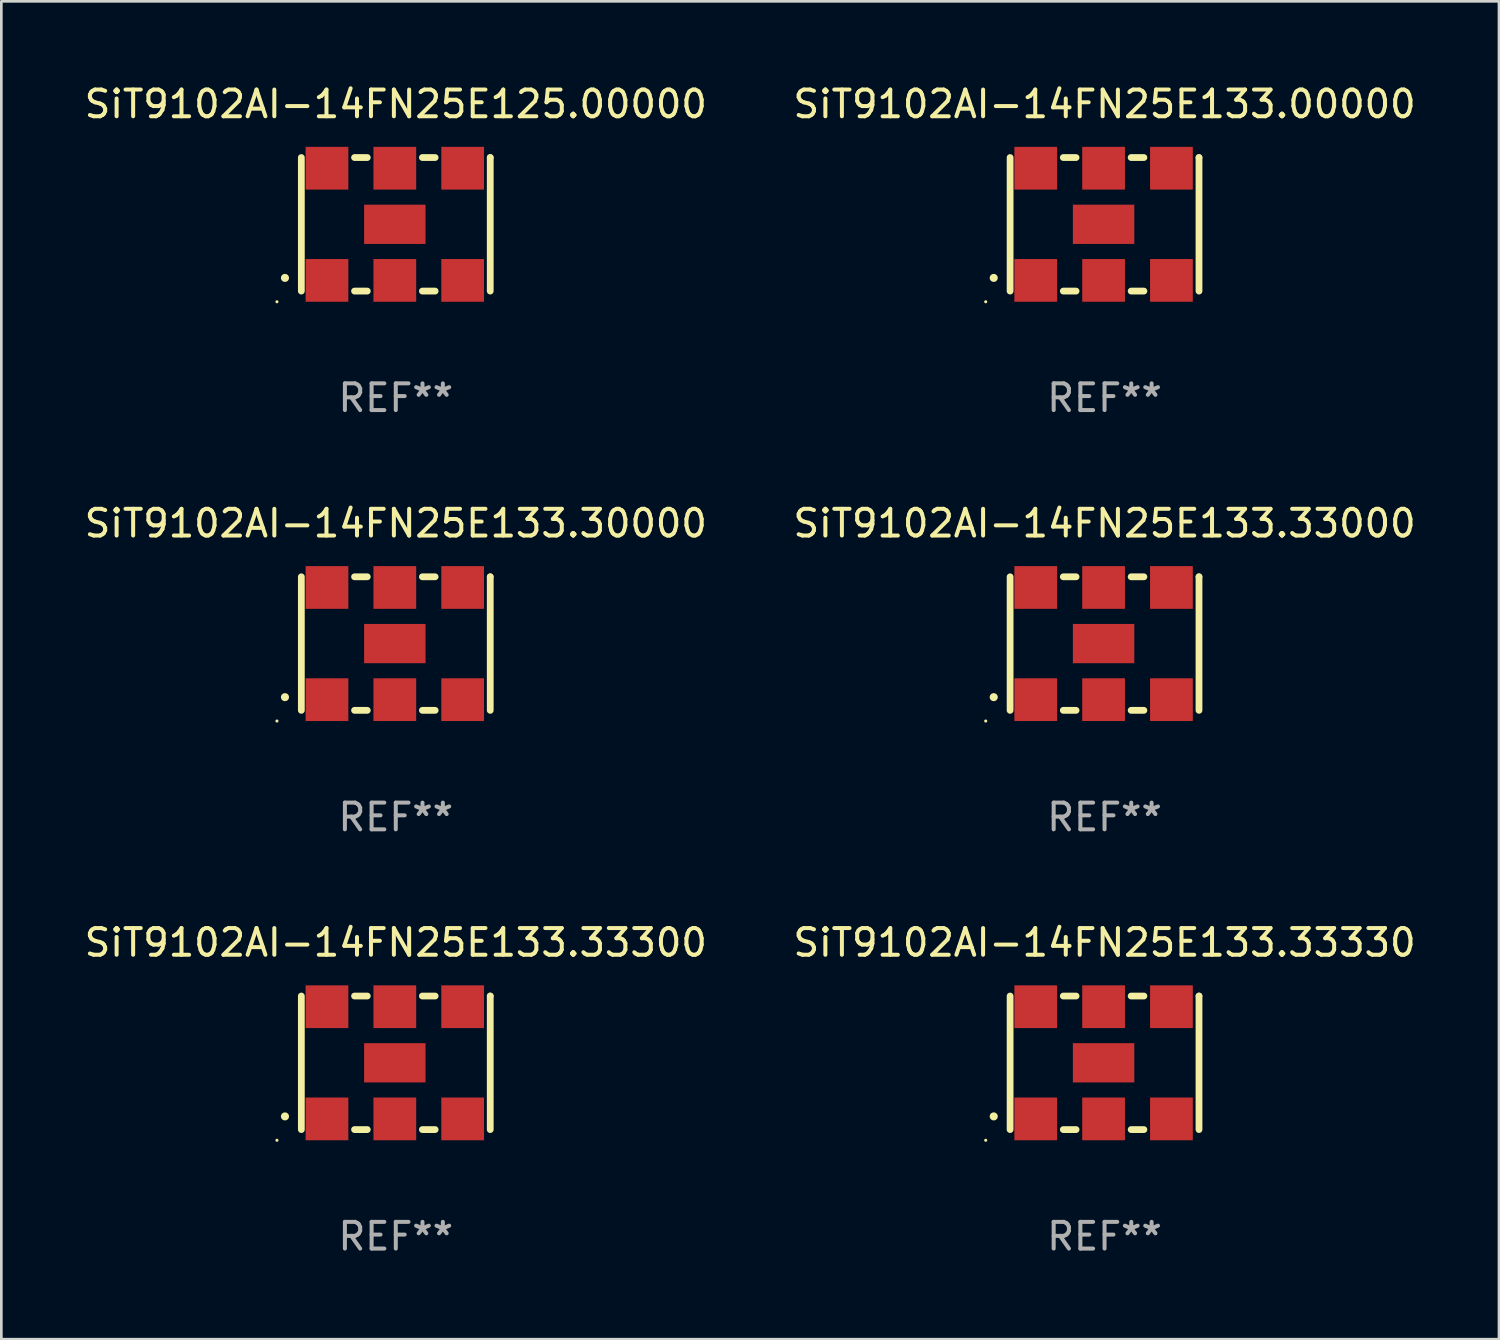
<source format=kicad_pcb>
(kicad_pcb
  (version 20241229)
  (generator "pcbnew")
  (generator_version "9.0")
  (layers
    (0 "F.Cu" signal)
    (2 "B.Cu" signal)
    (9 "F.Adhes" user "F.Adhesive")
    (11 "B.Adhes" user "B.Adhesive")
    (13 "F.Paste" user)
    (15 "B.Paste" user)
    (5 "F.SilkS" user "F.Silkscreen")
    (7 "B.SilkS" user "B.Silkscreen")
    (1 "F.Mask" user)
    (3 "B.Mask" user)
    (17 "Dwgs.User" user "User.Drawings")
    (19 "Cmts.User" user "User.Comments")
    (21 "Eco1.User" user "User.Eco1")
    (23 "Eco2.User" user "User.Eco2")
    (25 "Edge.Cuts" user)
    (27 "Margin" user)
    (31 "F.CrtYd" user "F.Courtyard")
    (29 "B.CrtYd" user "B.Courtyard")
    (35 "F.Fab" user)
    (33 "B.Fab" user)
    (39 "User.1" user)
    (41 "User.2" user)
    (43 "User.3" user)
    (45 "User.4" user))
  (footprint "SiT9102AI-14FN25E133.33300"
    (layer "F.Cu")
    (at 11.768 36.741)
    (property "Reference" "SiT9102AI-14FN25E133.33300" (at 0 -4.5 0) (layer "F.SilkS") (effects (font (size 1 1) (thickness 0.15))))
    (attr through_hole)
    (fp_line (start -3.536 -2.5) (end -3.536 2.5) (stroke (width 0.254) (type solid)) (layer "F.SilkS"))
    (fp_line (start -1.544 2.5) (end -1.067 2.5) (stroke (width 0.254) (type solid)) (layer "F.SilkS"))
    (fp_line (start -1.067 -2.5) (end -1.544 -2.5) (stroke (width 0.254) (type solid)) (layer "F.SilkS"))
    (fp_line (start 0.996 2.5) (end 1.473 2.5) (stroke (width 0.254) (type solid)) (layer "F.SilkS"))
    (fp_line (start 1.473 -2.5) (end 0.996 -2.5) (stroke (width 0.254) (type solid)) (layer "F.SilkS"))
    (fp_line (start 3.536 -2.5) (end 3.536 -2.5) (stroke (width 0.254) (type solid)) (layer "F.SilkS"))
    (fp_line (start 3.536 2.5) (end 3.536 -2.5) (stroke (width 0.254) (type solid)) (layer "F.SilkS"))
    (fp_arc (start -4.150432 2.006604) (mid -4.149162 2.006599) (end -4.147892 2.006604) (stroke (width 0.3) (type solid)) (layer "F.SilkS"))
    (fp_circle (center -4.449 2.9) (end -4.419 2.9) (stroke (width 0.06) (type solid)) (fill no) (layer "F.SilkS"))
    (fp_text user "REF**" (at 0 6.5 0) (layer "F.Fab") (effects (font (size 1 1) (thickness 0.15))))
    (pad "1" smd rect (at -2.576 2.1) (size 1.6 1.6) (layers "F.Cu" "F.Mask" "F.Paste"))
    (pad "2" smd rect (at -0.036 2.1) (size 1.6 1.6) (layers "F.Cu" "F.Mask" "F.Paste"))
    (pad "3" smd rect (at 2.504 2.1) (size 1.6 1.6) (layers "F.Cu" "F.Mask" "F.Paste"))
    (pad "4" smd rect (at 2.504 -2.1) (size 1.6 1.6) (layers "F.Cu" "F.Mask" "F.Paste"))
    (pad "5" smd rect (at -0.036 -2.1) (size 1.6 1.6) (layers "F.Cu" "F.Mask" "F.Paste"))
    (pad "6" smd rect (at -2.576 -2.1) (size 1.6 1.6) (layers "F.Cu" "F.Mask" "F.Paste"))
    (pad "7" smd rect (at -0.036 0) (size 2.3 1.47) (layers "F.Cu" "F.Mask" "F.Paste")))
  (footprint "SiT9102AI-14FN25E125.00000"
    (layer "F.Cu")
    (at 11.768 5.348)
    (property "Reference" "SiT9102AI-14FN25E125.00000" (at 0 -4.5 0) (layer "F.SilkS") (effects (font (size 1 1) (thickness 0.15))))
    (attr through_hole)
    (fp_line (start -3.536 -2.5) (end -3.536 2.5) (stroke (width 0.254) (type solid)) (layer "F.SilkS"))
    (fp_line (start -1.544 2.5) (end -1.067 2.5) (stroke (width 0.254) (type solid)) (layer "F.SilkS"))
    (fp_line (start -1.067 -2.5) (end -1.544 -2.5) (stroke (width 0.254) (type solid)) (layer "F.SilkS"))
    (fp_line (start 0.996 2.5) (end 1.473 2.5) (stroke (width 0.254) (type solid)) (layer "F.SilkS"))
    (fp_line (start 1.473 -2.5) (end 0.996 -2.5) (stroke (width 0.254) (type solid)) (layer "F.SilkS"))
    (fp_line (start 3.536 -2.5) (end 3.536 -2.5) (stroke (width 0.254) (type solid)) (layer "F.SilkS"))
    (fp_line (start 3.536 2.5) (end 3.536 -2.5) (stroke (width 0.254) (type solid)) (layer "F.SilkS"))
    (fp_arc (start -4.150432 2.006604) (mid -4.149162 2.006599) (end -4.147892 2.006604) (stroke (width 0.3) (type solid)) (layer "F.SilkS"))
    (fp_circle (center -4.449 2.9) (end -4.419 2.9) (stroke (width 0.06) (type solid)) (fill no) (layer "F.SilkS"))
    (fp_text user "REF**" (at 0 6.5 0) (layer "F.Fab") (effects (font (size 1 1) (thickness 0.15))))
    (pad "1" smd rect (at -2.576 2.1) (size 1.6 1.6) (layers "F.Cu" "F.Mask" "F.Paste"))
    (pad "2" smd rect (at -0.036 2.1) (size 1.6 1.6) (layers "F.Cu" "F.Mask" "F.Paste"))
    (pad "3" smd rect (at 2.504 2.1) (size 1.6 1.6) (layers "F.Cu" "F.Mask" "F.Paste"))
    (pad "4" smd rect (at 2.504 -2.1) (size 1.6 1.6) (layers "F.Cu" "F.Mask" "F.Paste"))
    (pad "5" smd rect (at -0.036 -2.1) (size 1.6 1.6) (layers "F.Cu" "F.Mask" "F.Paste"))
    (pad "6" smd rect (at -2.576 -2.1) (size 1.6 1.6) (layers "F.Cu" "F.Mask" "F.Paste"))
    (pad "7" smd rect (at -0.036 0) (size 2.3 1.47) (layers "F.Cu" "F.Mask" "F.Paste")))
  (footprint "SiT9102AI-14FN25E133.33330"
    (layer "F.Cu")
    (at 38.304 36.741)
    (property "Reference" "SiT9102AI-14FN25E133.33330" (at 0 -4.5 0) (layer "F.SilkS") (effects (font (size 1 1) (thickness 0.15))))
    (attr through_hole)
    (fp_line (start -3.536 -2.5) (end -3.536 2.5) (stroke (width 0.254) (type solid)) (layer "F.SilkS"))
    (fp_line (start -1.544 2.5) (end -1.067 2.5) (stroke (width 0.254) (type solid)) (layer "F.SilkS"))
    (fp_line (start -1.067 -2.5) (end -1.544 -2.5) (stroke (width 0.254) (type solid)) (layer "F.SilkS"))
    (fp_line (start 0.996 2.5) (end 1.473 2.5) (stroke (width 0.254) (type solid)) (layer "F.SilkS"))
    (fp_line (start 1.473 -2.5) (end 0.996 -2.5) (stroke (width 0.254) (type solid)) (layer "F.SilkS"))
    (fp_line (start 3.536 -2.5) (end 3.536 -2.5) (stroke (width 0.254) (type solid)) (layer "F.SilkS"))
    (fp_line (start 3.536 2.5) (end 3.536 -2.5) (stroke (width 0.254) (type solid)) (layer "F.SilkS"))
    (fp_arc (start -4.150432 2.006604) (mid -4.149162 2.006599) (end -4.147892 2.006604) (stroke (width 0.3) (type solid)) (layer "F.SilkS"))
    (fp_circle (center -4.449 2.9) (end -4.419 2.9) (stroke (width 0.06) (type solid)) (fill no) (layer "F.SilkS"))
    (fp_text user "REF**" (at 0 6.5 0) (layer "F.Fab") (effects (font (size 1 1) (thickness 0.15))))
    (pad "1" smd rect (at -2.576 2.1) (size 1.6 1.6) (layers "F.Cu" "F.Mask" "F.Paste"))
    (pad "2" smd rect (at -0.036 2.1) (size 1.6 1.6) (layers "F.Cu" "F.Mask" "F.Paste"))
    (pad "3" smd rect (at 2.504 2.1) (size 1.6 1.6) (layers "F.Cu" "F.Mask" "F.Paste"))
    (pad "4" smd rect (at 2.504 -2.1) (size 1.6 1.6) (layers "F.Cu" "F.Mask" "F.Paste"))
    (pad "5" smd rect (at -0.036 -2.1) (size 1.6 1.6) (layers "F.Cu" "F.Mask" "F.Paste"))
    (pad "6" smd rect (at -2.576 -2.1) (size 1.6 1.6) (layers "F.Cu" "F.Mask" "F.Paste"))
    (pad "7" smd rect (at -0.036 0) (size 2.3 1.47) (layers "F.Cu" "F.Mask" "F.Paste")))
  (footprint "SiT9102AI-14FN25E133.00000"
    (layer "F.Cu")
    (at 38.304 5.348)
    (property "Reference" "SiT9102AI-14FN25E133.00000" (at 0 -4.5 0) (layer "F.SilkS") (effects (font (size 1 1) (thickness 0.15))))
    (attr through_hole)
    (fp_line (start -3.536 -2.5) (end -3.536 2.5) (stroke (width 0.254) (type solid)) (layer "F.SilkS"))
    (fp_line (start -1.544 2.5) (end -1.067 2.5) (stroke (width 0.254) (type solid)) (layer "F.SilkS"))
    (fp_line (start -1.067 -2.5) (end -1.544 -2.5) (stroke (width 0.254) (type solid)) (layer "F.SilkS"))
    (fp_line (start 0.996 2.5) (end 1.473 2.5) (stroke (width 0.254) (type solid)) (layer "F.SilkS"))
    (fp_line (start 1.473 -2.5) (end 0.996 -2.5) (stroke (width 0.254) (type solid)) (layer "F.SilkS"))
    (fp_line (start 3.536 -2.5) (end 3.536 -2.5) (stroke (width 0.254) (type solid)) (layer "F.SilkS"))
    (fp_line (start 3.536 2.5) (end 3.536 -2.5) (stroke (width 0.254) (type solid)) (layer "F.SilkS"))
    (fp_arc (start -4.150432 2.006604) (mid -4.149162 2.006599) (end -4.147892 2.006604) (stroke (width 0.3) (type solid)) (layer "F.SilkS"))
    (fp_circle (center -4.449 2.9) (end -4.419 2.9) (stroke (width 0.06) (type solid)) (fill no) (layer "F.SilkS"))
    (fp_text user "REF**" (at 0 6.5 0) (layer "F.Fab") (effects (font (size 1 1) (thickness 0.15))))
    (pad "1" smd rect (at -2.576 2.1) (size 1.6 1.6) (layers "F.Cu" "F.Mask" "F.Paste"))
    (pad "2" smd rect (at -0.036 2.1) (size 1.6 1.6) (layers "F.Cu" "F.Mask" "F.Paste"))
    (pad "3" smd rect (at 2.504 2.1) (size 1.6 1.6) (layers "F.Cu" "F.Mask" "F.Paste"))
    (pad "4" smd rect (at 2.504 -2.1) (size 1.6 1.6) (layers "F.Cu" "F.Mask" "F.Paste"))
    (pad "5" smd rect (at -0.036 -2.1) (size 1.6 1.6) (layers "F.Cu" "F.Mask" "F.Paste"))
    (pad "6" smd rect (at -2.576 -2.1) (size 1.6 1.6) (layers "F.Cu" "F.Mask" "F.Paste"))
    (pad "7" smd rect (at -0.036 0) (size 2.3 1.47) (layers "F.Cu" "F.Mask" "F.Paste")))
  (footprint "SiT9102AI-14FN25E133.33000"
    (layer "F.Cu")
    (at 38.304 21.045)
    (property "Reference" "SiT9102AI-14FN25E133.33000" (at 0 -4.5 0) (layer "F.SilkS") (effects (font (size 1 1) (thickness 0.15))))
    (attr through_hole)
    (fp_line (start -3.536 -2.5) (end -3.536 2.5) (stroke (width 0.254) (type solid)) (layer "F.SilkS"))
    (fp_line (start -1.544 2.5) (end -1.067 2.5) (stroke (width 0.254) (type solid)) (layer "F.SilkS"))
    (fp_line (start -1.067 -2.5) (end -1.544 -2.5) (stroke (width 0.254) (type solid)) (layer "F.SilkS"))
    (fp_line (start 0.996 2.5) (end 1.473 2.5) (stroke (width 0.254) (type solid)) (layer "F.SilkS"))
    (fp_line (start 1.473 -2.5) (end 0.996 -2.5) (stroke (width 0.254) (type solid)) (layer "F.SilkS"))
    (fp_line (start 3.536 -2.5) (end 3.536 -2.5) (stroke (width 0.254) (type solid)) (layer "F.SilkS"))
    (fp_line (start 3.536 2.5) (end 3.536 -2.5) (stroke (width 0.254) (type solid)) (layer "F.SilkS"))
    (fp_arc (start -4.150432 2.006604) (mid -4.149162 2.006599) (end -4.147892 2.006604) (stroke (width 0.3) (type solid)) (layer "F.SilkS"))
    (fp_circle (center -4.449 2.9) (end -4.419 2.9) (stroke (width 0.06) (type solid)) (fill no) (layer "F.SilkS"))
    (fp_text user "REF**" (at 0 6.5 0) (layer "F.Fab") (effects (font (size 1 1) (thickness 0.15))))
    (pad "1" smd rect (at -2.576 2.1) (size 1.6 1.6) (layers "F.Cu" "F.Mask" "F.Paste"))
    (pad "2" smd rect (at -0.036 2.1) (size 1.6 1.6) (layers "F.Cu" "F.Mask" "F.Paste"))
    (pad "3" smd rect (at 2.504 2.1) (size 1.6 1.6) (layers "F.Cu" "F.Mask" "F.Paste"))
    (pad "4" smd rect (at 2.504 -2.1) (size 1.6 1.6) (layers "F.Cu" "F.Mask" "F.Paste"))
    (pad "5" smd rect (at -0.036 -2.1) (size 1.6 1.6) (layers "F.Cu" "F.Mask" "F.Paste"))
    (pad "6" smd rect (at -2.576 -2.1) (size 1.6 1.6) (layers "F.Cu" "F.Mask" "F.Paste"))
    (pad "7" smd rect (at -0.036 0) (size 2.3 1.47) (layers "F.Cu" "F.Mask" "F.Paste")))
  (footprint "SiT9102AI-14FN25E133.30000"
    (layer "F.Cu")
    (at 11.768 21.045)
    (property "Reference" "SiT9102AI-14FN25E133.30000" (at 0 -4.5 0) (layer "F.SilkS") (effects (font (size 1 1) (thickness 0.15))))
    (attr through_hole)
    (fp_line (start -3.536 -2.5) (end -3.536 2.5) (stroke (width 0.254) (type solid)) (layer "F.SilkS"))
    (fp_line (start -1.544 2.5) (end -1.067 2.5) (stroke (width 0.254) (type solid)) (layer "F.SilkS"))
    (fp_line (start -1.067 -2.5) (end -1.544 -2.5) (stroke (width 0.254) (type solid)) (layer "F.SilkS"))
    (fp_line (start 0.996 2.5) (end 1.473 2.5) (stroke (width 0.254) (type solid)) (layer "F.SilkS"))
    (fp_line (start 1.473 -2.5) (end 0.996 -2.5) (stroke (width 0.254) (type solid)) (layer "F.SilkS"))
    (fp_line (start 3.536 -2.5) (end 3.536 -2.5) (stroke (width 0.254) (type solid)) (layer "F.SilkS"))
    (fp_line (start 3.536 2.5) (end 3.536 -2.5) (stroke (width 0.254) (type solid)) (layer "F.SilkS"))
    (fp_arc (start -4.150432 2.006604) (mid -4.149162 2.006599) (end -4.147892 2.006604) (stroke (width 0.3) (type solid)) (layer "F.SilkS"))
    (fp_circle (center -4.449 2.9) (end -4.419 2.9) (stroke (width 0.06) (type solid)) (fill no) (layer "F.SilkS"))
    (fp_text user "REF**" (at 0 6.5 0) (layer "F.Fab") (effects (font (size 1 1) (thickness 0.15))))
    (pad "1" smd rect (at -2.576 2.1) (size 1.6 1.6) (layers "F.Cu" "F.Mask" "F.Paste"))
    (pad "2" smd rect (at -0.036 2.1) (size 1.6 1.6) (layers "F.Cu" "F.Mask" "F.Paste"))
    (pad "3" smd rect (at 2.504 2.1) (size 1.6 1.6) (layers "F.Cu" "F.Mask" "F.Paste"))
    (pad "4" smd rect (at 2.504 -2.1) (size 1.6 1.6) (layers "F.Cu" "F.Mask" "F.Paste"))
    (pad "5" smd rect (at -0.036 -2.1) (size 1.6 1.6) (layers "F.Cu" "F.Mask" "F.Paste"))
    (pad "6" smd rect (at -2.576 -2.1) (size 1.6 1.6) (layers "F.Cu" "F.Mask" "F.Paste"))
    (pad "7" smd rect (at -0.036 0) (size 2.3 1.47) (layers "F.Cu" "F.Mask" "F.Paste")))
  (gr_rect
    (start -3 -3)
    (end 53.071 47.09)
    (stroke (width 0.1) (type default))
    (fill no)
    (layer "Edge.Cuts")))
</source>
